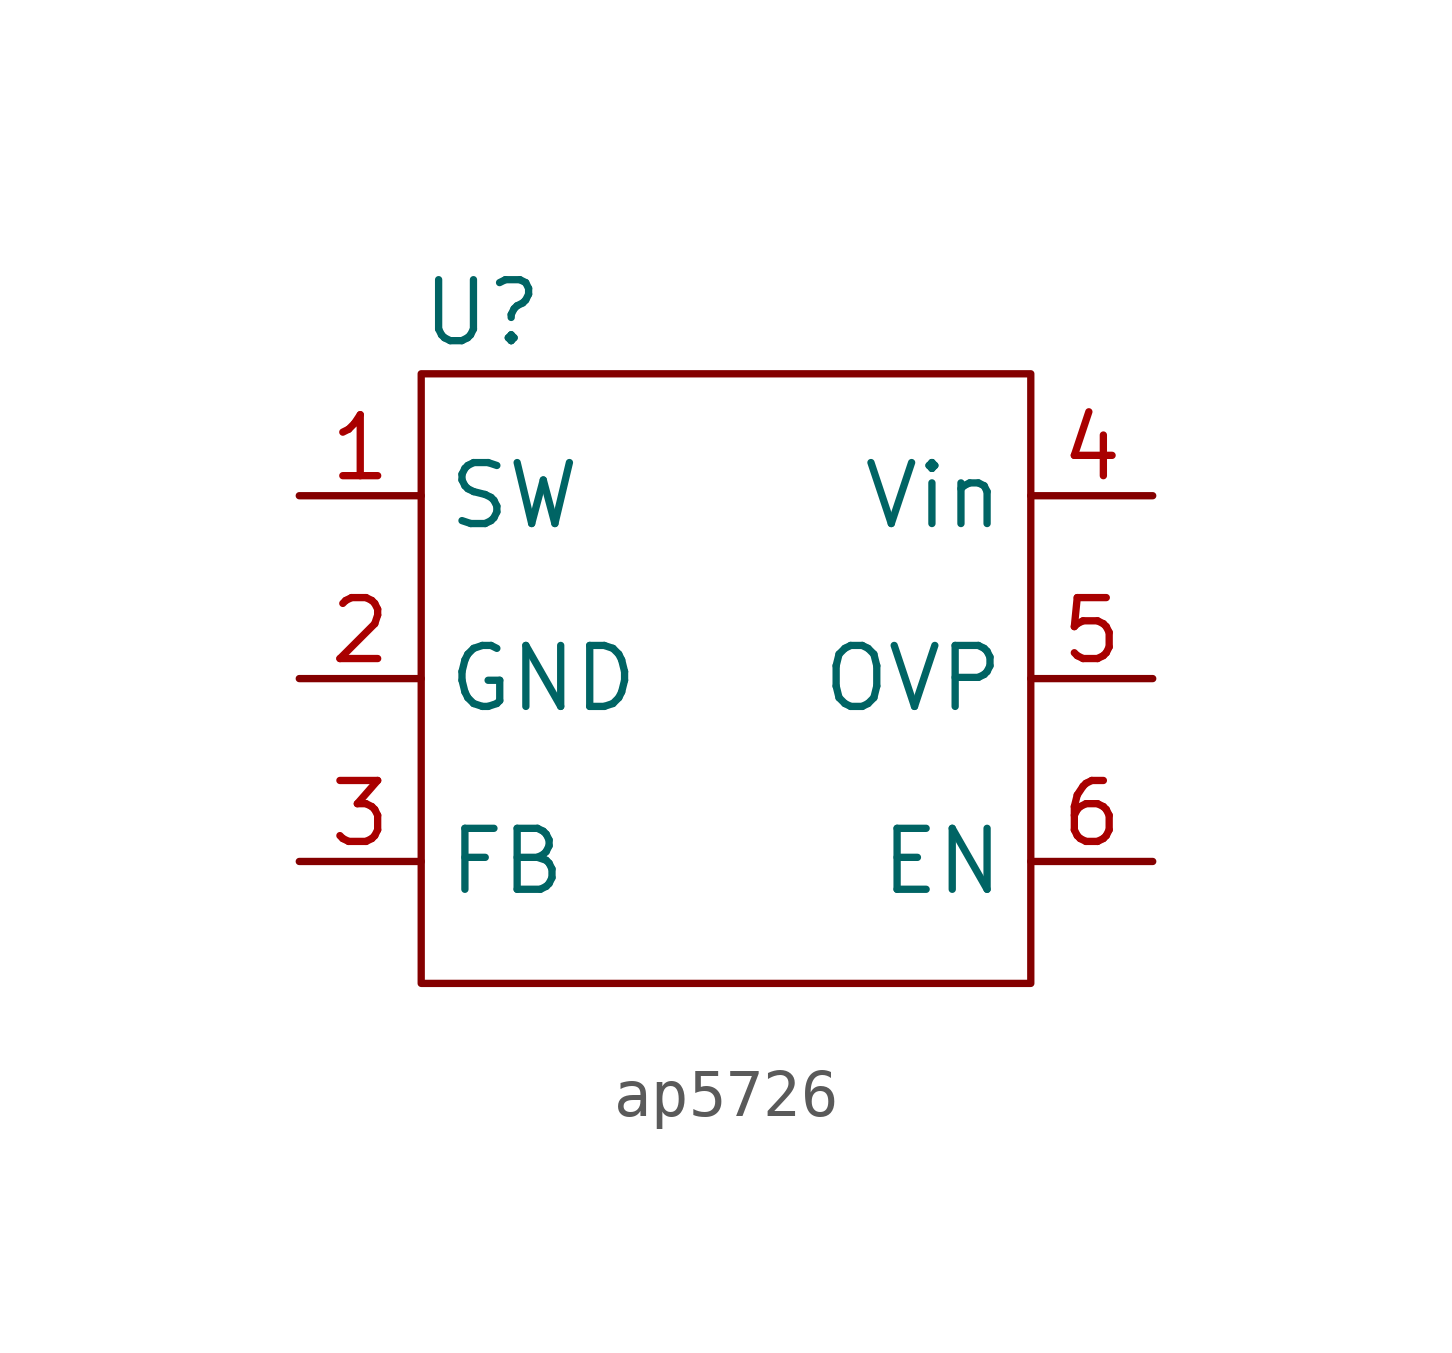
<source format=kicad_sym>
(kicad_symbol_lib
  (version 20220914)
  (generator kicad_symbol_editor)
  (symbol "ap5726"
    (property "Reference" "U"
      (at 0 0 0)
      (effects (font (size 1.27 1.27))))
    (property "Value" ""
      (at 0 0 0)
      (effects (font (size 1.27 1.27))))
    (symbol "ap5726_0_1"
      (rectangle (start -1.27 -1.27) (end 11.43 -13.97) (stroke (width 0) (type default)) (fill (type none))))
    (symbol "ap5726_1_1"
      (pin input line (at -3.81 -3.81 0) (length 2.54) (name "SW" (effects (font (size 1.27 1.27)))) (number "1" (effects (font (size 1.27 1.27)))))
      (pin power_in line (at -3.81 -7.62 0) (length 2.54) (name "GND" (effects (font (size 1.27 1.27)))) (number "2" (effects (font (size 1.27 1.27)))))
      (pin input line (at -3.81 -11.43 0) (length 2.54) (name "FB" (effects (font (size 1.27 1.27)))) (number "3" (effects (font (size 1.27 1.27)))))
      (pin power_in line (at 13.97 -3.81 180) (length 2.54) (name "Vin" (effects (font (size 1.27 1.27)))) (number "4" (effects (font (size 1.27 1.27)))))
      (pin input line (at 13.97 -7.62 180) (length 2.54) (name "OVP" (effects (font (size 1.27 1.27)))) (number "5" (effects (font (size 1.27 1.27)))))
      (pin input line (at 13.97 -11.43 180) (length 2.54) (name "EN" (effects (font (size 1.27 1.27)))) (number "6" (effects (font (size 1.27 1.27))))))))
</source>
